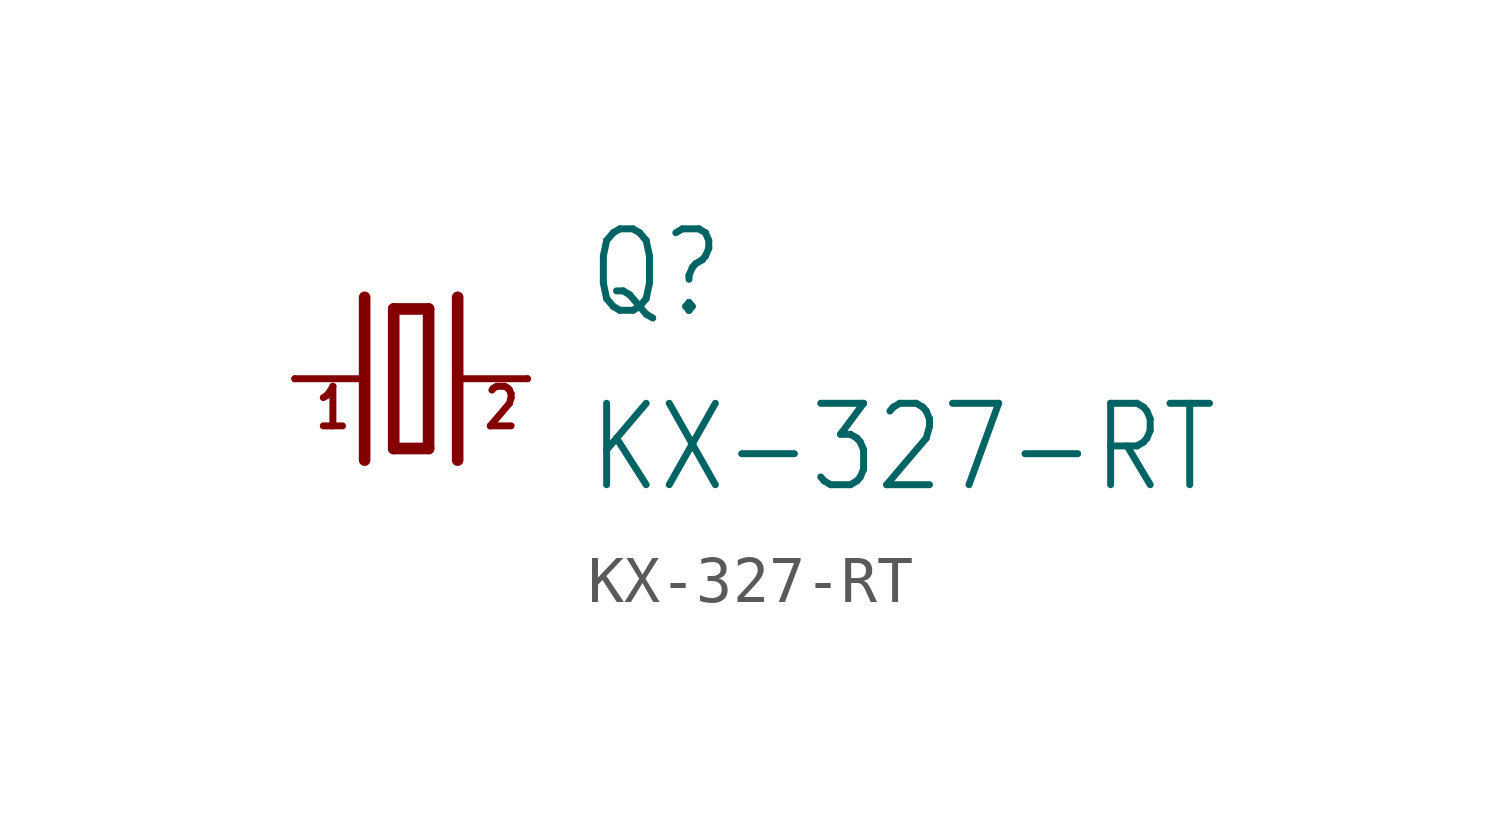
<source format=kicad_sym>
(kicad_symbol_lib
  (version 20211014)
  (generator kicad_symbol_editor)
  (symbol "KX-327-RT"
    (property "Reference" "Q"
      (at 3.81 1.27 0)
      (effects (font (size 1.778 1.511)) (justify left bottom)))
    (property "Value" "KX-327-RT"
      (at 3.81 -2.54 0)
      (effects (font (size 1.778 1.511)) (justify left bottom)))
    (property "ki_locked" ""
      (at 0 0 0)
      (effects (font (size 1.27 1.27))))
    (symbol "KX-327-RT_1_0"
      (polyline (pts (xy -2.54 0) (xy -1.016 0)) (stroke (width 0.152) (type default) (color 0 0 0 0)) (fill (type none)))
      (polyline (pts (xy -1.016 1.778) (xy -1.016 -1.778)) (stroke (width 0.254) (type default) (color 0 0 0 0)) (fill (type none)))
      (polyline (pts (xy -0.381 -1.524) (xy 0.381 -1.524)) (stroke (width 0.254) (type default) (color 0 0 0 0)) (fill (type none)))
      (polyline (pts (xy -0.381 1.524) (xy -0.381 -1.524)) (stroke (width 0.254) (type default) (color 0 0 0 0)) (fill (type none)))
      (polyline (pts (xy 0.381 -1.524) (xy 0.381 1.524)) (stroke (width 0.254) (type default) (color 0 0 0 0)) (fill (type none)))
      (polyline (pts (xy 0.381 1.524) (xy -0.381 1.524)) (stroke (width 0.254) (type default) (color 0 0 0 0)) (fill (type none)))
      (polyline (pts (xy 1.016 0) (xy 2.54 0)) (stroke (width 0.152) (type default) (color 0 0 0 0)) (fill (type none)))
      (polyline (pts (xy 1.016 1.778) (xy 1.016 -1.778)) (stroke (width 0.254) (type default) (color 0 0 0 0)) (fill (type none)))
      (text "1" (at -2.159 -1.143 0) (effects (font (size 0.864 0.734)) (justify left bottom)))
      (text "2" (at 1.524 -1.143 0) (effects (font (size 0.864 0.734)) (justify left bottom)))
      (pin passive line (at -2.54 0 0) (length 0) (name "1" (effects (font (size 0 0)))) (number "1" (effects (font (size 0 0)))))
      (pin passive line (at 2.54 0 180) (length 0) (name "2" (effects (font (size 0 0)))) (number "2" (effects (font (size 0 0))))))))
</source>
